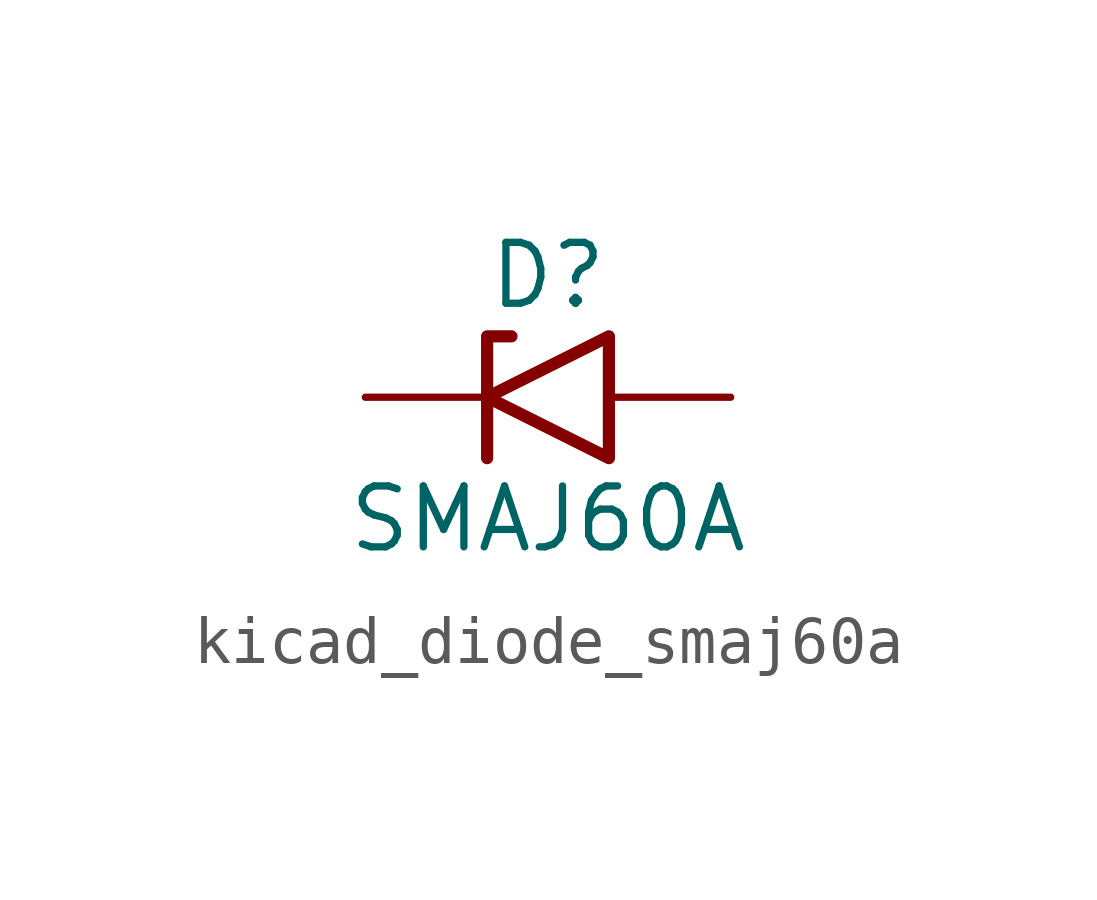
<source format=kicad_sym>
(kicad_symbol_lib
  (version 20220914)
  (generator kicad_symbol_editor)
  (symbol "kicad_diode_smaj60a"
    (pin_numbers hide)
    (pin_names
      (offset 1.016) hide)
    (property "Reference" "D"
      (at 0 2.54 0)
      (effects (font (size 1.27 1.27))))
    (property "Value" "SMAJ60A"
      (at 0 -2.54 0)
      (effects (font (size 1.27 1.27))))
    (symbol "kicad_diode_smaj60a_0_1"
      (polyline (pts (xy -0.762 1.27) (xy -1.27 1.27) (xy -1.27 -1.27)) (stroke (width 0.254) (type default)) (fill (type none)))
      (polyline (pts (xy 1.27 1.27) (xy 1.27 -1.27) (xy -1.27 0) (xy 1.27 1.27)) (stroke (width 0.254) (type default)) (fill (type none))))
    (symbol "kicad_diode_smaj60a_1_1"
      (pin passive line (at -3.81 0 0) (length 2.54) (name "A1" (effects (font (size 1.27 1.27)))) (number "1" (effects (font (size 1.27 1.27)))))
      (pin passive line (at 3.81 0 180) (length 2.54) (name "A2" (effects (font (size 1.27 1.27)))) (number "2" (effects (font (size 1.27 1.27))))))))
</source>
